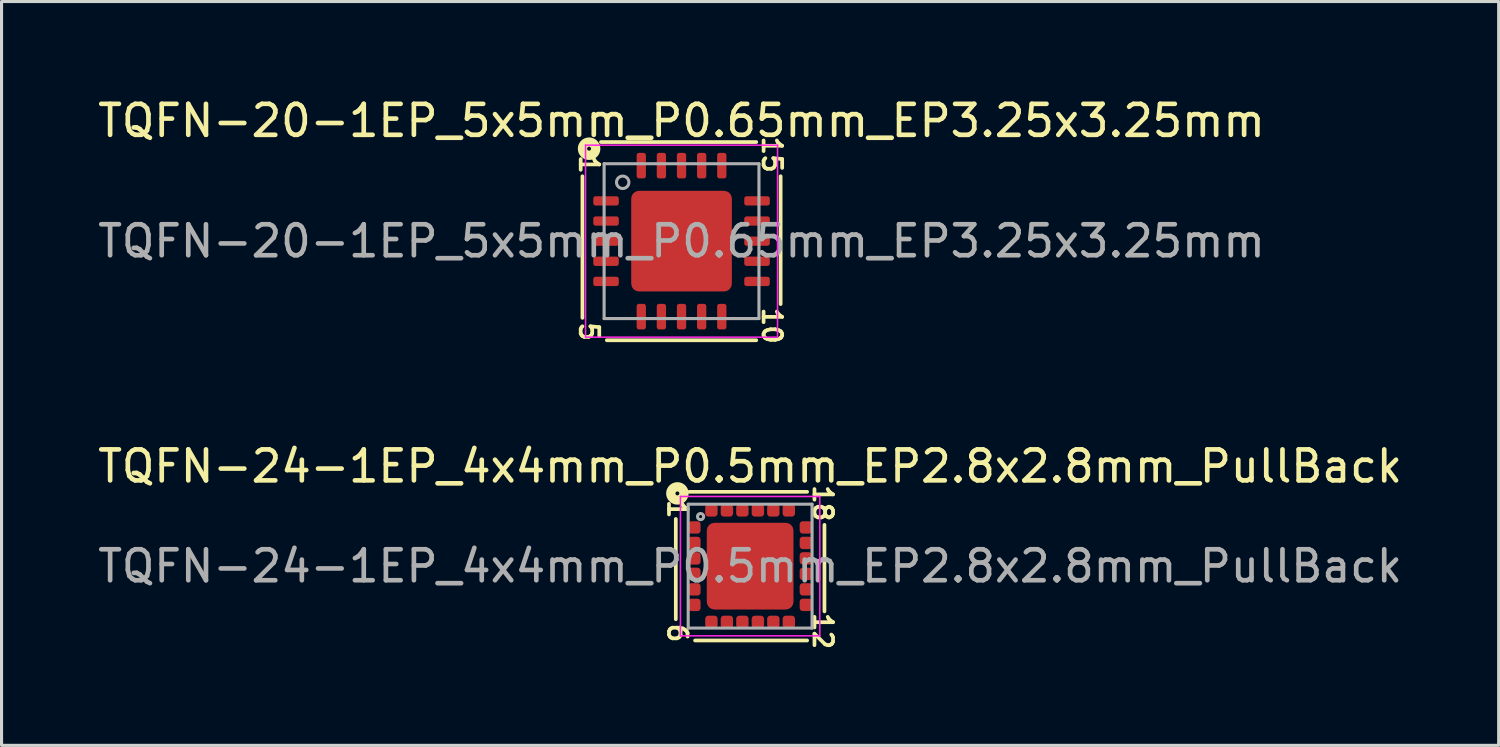
<source format=kicad_pcb>
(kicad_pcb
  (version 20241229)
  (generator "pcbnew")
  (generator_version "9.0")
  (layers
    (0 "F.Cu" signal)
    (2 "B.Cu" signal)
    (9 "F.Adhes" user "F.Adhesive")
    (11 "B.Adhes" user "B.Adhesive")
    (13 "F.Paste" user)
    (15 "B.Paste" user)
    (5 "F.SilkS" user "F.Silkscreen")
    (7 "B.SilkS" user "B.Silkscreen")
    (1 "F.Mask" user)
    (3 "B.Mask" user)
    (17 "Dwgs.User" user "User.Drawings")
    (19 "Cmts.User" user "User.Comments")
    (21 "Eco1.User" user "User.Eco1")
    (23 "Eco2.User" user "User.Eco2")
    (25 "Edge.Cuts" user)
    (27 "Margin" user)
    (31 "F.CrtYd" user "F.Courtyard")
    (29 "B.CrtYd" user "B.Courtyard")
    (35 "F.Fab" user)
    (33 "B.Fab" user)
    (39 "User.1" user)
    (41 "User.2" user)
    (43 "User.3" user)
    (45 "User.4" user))
  (footprint "TQFN-20-1EP_5x5mm_P0.65mm_EP3.25x3.25mm"
    (layer "F.Cu")
    (at 18.958 4.737)
    (property "Reference" "TQFN-20-1EP_5x5mm_P0.65mm_EP3.25x3.25mm" (at 0 -3.889 0) (layer "F.SilkS") (effects (font (size 1 1) (thickness 0.15))))
    (attr smd)
    (fp_line (start -3.2 -2.095) (end -3.2 2.477) (stroke (width 0.12) (type solid)) (layer "F.SilkS"))
    (fp_line (start -2.413 3.2) (end 2.413 3.2) (stroke (width 0.12) (type solid)) (layer "F.SilkS"))
    (fp_line (start 2.413 -3.2) (end -2.603 -3.2) (stroke (width 0.12) (type solid)) (layer "F.SilkS"))
    (fp_line (start 3.2 2.032) (end 3.2 -2.095) (stroke (width 0.12) (type solid)) (layer "F.SilkS"))
    (fp_circle (center -2.985 -2.985) (end -2.921 -2.985) (stroke (width 0.3) (type solid)) (fill no) (layer "F.SilkS"))
    (fp_line (start -3.1 -3.1) (end -3.1 3.1) (stroke (width 0.05) (type solid)) (layer "F.CrtYd"))
    (fp_line (start -3.1 3.1) (end 3.1 3.1) (stroke (width 0.05) (type solid)) (layer "F.CrtYd"))
    (fp_line (start 3.1 -3.1) (end -3.1 -3.1) (stroke (width 0.05) (type solid)) (layer "F.CrtYd"))
    (fp_line (start 3.1 3.1) (end 3.1 -3.1) (stroke (width 0.05) (type solid)) (layer "F.CrtYd"))
    (fp_line (start -2.5 -2.5) (end 2.5 -2.5) (stroke (width 0.1) (type solid)) (layer "F.Fab"))
    (fp_line (start -2.5 2.5) (end -2.5 -2.5) (stroke (width 0.1) (type solid)) (layer "F.Fab"))
    (fp_line (start 2.5 -2.5) (end 2.5 2.5) (stroke (width 0.1) (type solid)) (layer "F.Fab"))
    (fp_line (start 2.5 2.5) (end -2.5 2.5) (stroke (width 0.1) (type solid)) (layer "F.Fab"))
    (fp_circle (center -1.9 -1.9) (end -1.7 -1.9) (stroke (width 0.1) (type solid)) (fill no) (layer "F.Fab"))
    (fp_text user "1" (at -2.985 -2.477 270) (unlocked yes) (layer "F.SilkS") (effects (font (size 0.6 0.6) (thickness 0.12))))
    (fp_text user "10" (at 2.921 2.731 270) (unlocked yes) (layer "F.SilkS") (effects (font (size 0.6 0.6) (thickness 0.12))))
    (fp_text user "15" (at 2.921 -2.794 270) (unlocked yes) (layer "F.SilkS") (effects (font (size 0.6 0.6) (thickness 0.12))))
    (fp_text user "5" (at -2.985 2.921 270) (unlocked yes) (layer "F.SilkS") (effects (font (size 0.6 0.6) (thickness 0.12))))
    (fp_text user "${REFERENCE}" (at 0 0 0) (layer "F.Fab") (effects (font (size 1 1) (thickness 0.15))))
    (pad "" smd roundrect (at -0.81 -0.81) (size 1.31 1.31) (layers "F.Paste") (roundrect_rratio 0.191))
    (pad "" smd roundrect (at -0.81 0.81) (size 1.31 1.31) (layers "F.Paste") (roundrect_rratio 0.191))
    (pad "" smd roundrect (at 0.81 -0.81) (size 1.31 1.31) (layers "F.Paste") (roundrect_rratio 0.191))
    (pad "" smd roundrect (at 0.81 0.81) (size 1.31 1.31) (layers "F.Paste") (roundrect_rratio 0.191))
    (pad "1" smd roundrect (at -2.438 -1.3) (size 0.825 0.3) (layers "F.Cu" "F.Mask" "F.Paste") (roundrect_rratio 0.25))
    (pad "2" smd roundrect (at -2.438 -0.65) (size 0.825 0.3) (layers "F.Cu" "F.Mask" "F.Paste") (roundrect_rratio 0.25))
    (pad "3" smd roundrect (at -2.438 0) (size 0.825 0.3) (layers "F.Cu" "F.Mask" "F.Paste") (roundrect_rratio 0.25))
    (pad "4" smd roundrect (at -2.438 0.65) (size 0.825 0.3) (layers "F.Cu" "F.Mask" "F.Paste") (roundrect_rratio 0.25))
    (pad "5" smd roundrect (at -2.438 1.3) (size 0.825 0.3) (layers "F.Cu" "F.Mask" "F.Paste") (roundrect_rratio 0.25))
    (pad "6" smd roundrect (at -1.3 2.438) (size 0.3 0.825) (layers "F.Cu" "F.Mask" "F.Paste") (roundrect_rratio 0.25))
    (pad "7" smd roundrect (at -0.65 2.438) (size 0.3 0.825) (layers "F.Cu" "F.Mask" "F.Paste") (roundrect_rratio 0.25))
    (pad "8" smd roundrect (at 0 2.438) (size 0.3 0.825) (layers "F.Cu" "F.Mask" "F.Paste") (roundrect_rratio 0.25))
    (pad "9" smd roundrect (at 0.65 2.438) (size 0.3 0.825) (layers "F.Cu" "F.Mask" "F.Paste") (roundrect_rratio 0.25))
    (pad "10" smd roundrect (at 1.3 2.438) (size 0.3 0.825) (layers "F.Cu" "F.Mask" "F.Paste") (roundrect_rratio 0.25))
    (pad "11" smd roundrect (at 2.438 1.3) (size 0.825 0.3) (layers "F.Cu" "F.Mask" "F.Paste") (roundrect_rratio 0.25))
    (pad "12" smd roundrect (at 2.438 0.65) (size 0.825 0.3) (layers "F.Cu" "F.Mask" "F.Paste") (roundrect_rratio 0.25))
    (pad "13" smd roundrect (at 2.438 0) (size 0.825 0.3) (layers "F.Cu" "F.Mask" "F.Paste") (roundrect_rratio 0.25))
    (pad "14" smd roundrect (at 2.438 -0.65) (size 0.825 0.3) (layers "F.Cu" "F.Mask" "F.Paste") (roundrect_rratio 0.25))
    (pad "15" smd roundrect (at 2.438 -1.3) (size 0.825 0.3) (layers "F.Cu" "F.Mask" "F.Paste") (roundrect_rratio 0.25))
    (pad "16" smd roundrect (at 1.3 -2.438) (size 0.3 0.825) (layers "F.Cu" "F.Mask" "F.Paste") (roundrect_rratio 0.25))
    (pad "17" smd roundrect (at 0.65 -2.438) (size 0.3 0.825) (layers "F.Cu" "F.Mask" "F.Paste") (roundrect_rratio 0.25))
    (pad "18" smd roundrect (at 0 -2.438) (size 0.3 0.825) (layers "F.Cu" "F.Mask" "F.Paste") (roundrect_rratio 0.25))
    (pad "19" smd roundrect (at -0.65 -2.438) (size 0.3 0.825) (layers "F.Cu" "F.Mask" "F.Paste") (roundrect_rratio 0.25))
    (pad "20" smd roundrect (at -1.3 -2.438) (size 0.3 0.825) (layers "F.Cu" "F.Mask" "F.Paste") (roundrect_rratio 0.25))
    (pad "21" smd roundrect (at 0 0) (size 3.25 3.25) (layers "F.Cu" "F.Mask") (roundrect_rratio 0.077)))
  (footprint "TQFN-24-1EP_4x4mm_P0.5mm_EP2.8x2.8mm_PullBack"
    (layer "F.Cu")
    (at 21.173 15.232)
    (property "Reference" "TQFN-24-1EP_4x4mm_P0.5mm_EP2.8x2.8mm_PullBack" (at 0 -3.225 0) (layer "F.SilkS") (effects (font (size 1 1) (thickness 0.15))))
    (attr smd)
    (fp_line (start -2.4 -1.524) (end -2.4 1.714) (stroke (width 0.12) (type solid)) (layer "F.SilkS"))
    (fp_line (start -1.778 2.4) (end 1.841 2.4) (stroke (width 0.12) (type solid)) (layer "F.SilkS"))
    (fp_line (start 1.841 -2.4) (end -1.968 -2.4) (stroke (width 0.12) (type solid)) (layer "F.SilkS"))
    (fp_line (start 2.4 1.46) (end 2.4 -1.333) (stroke (width 0.12) (type solid)) (layer "F.SilkS"))
    (fp_circle (center -2.349 -2.349) (end -2.286 -2.349) (stroke (width 0.3) (type solid)) (fill no) (layer "F.SilkS"))
    (fp_line (start -2.25 -2.25) (end -2.25 2.25) (stroke (width 0.05) (type solid)) (layer "F.CrtYd"))
    (fp_line (start -2.25 2.25) (end 2.25 2.25) (stroke (width 0.05) (type solid)) (layer "F.CrtYd"))
    (fp_line (start 2.25 -2.25) (end -2.25 -2.25) (stroke (width 0.05) (type solid)) (layer "F.CrtYd"))
    (fp_line (start 2.25 2.25) (end 2.25 -2.25) (stroke (width 0.05) (type solid)) (layer "F.CrtYd"))
    (fp_line (start -2 -2) (end 2 -2) (stroke (width 0.1) (type solid)) (layer "F.Fab"))
    (fp_line (start -2 2) (end -2 -2) (stroke (width 0.1) (type solid)) (layer "F.Fab"))
    (fp_line (start 2 -2) (end 2 2) (stroke (width 0.1) (type solid)) (layer "F.Fab"))
    (fp_line (start 2 2) (end -2 2) (stroke (width 0.1) (type solid)) (layer "F.Fab"))
    (fp_circle (center -1.6 -1.6) (end -1.5 -1.6) (stroke (width 0.1) (type solid)) (fill no) (layer "F.Fab"))
    (fp_text user "18" (at 2.349 -2.032 270) (unlocked yes) (layer "F.SilkS") (effects (font (size 0.6 0.6) (thickness 0.12))))
    (fp_text user "6" (at -2.349 2.159 270) (unlocked yes) (layer "F.SilkS") (effects (font (size 0.6 0.6) (thickness 0.12))))
    (fp_text user "1" (at -2.349 -1.841 270) (unlocked yes) (layer "F.SilkS") (effects (font (size 0.6 0.6) (thickness 0.12))))
    (fp_text user "12" (at 2.349 2.095 270) (unlocked yes) (layer "F.SilkS") (effects (font (size 0.6 0.6) (thickness 0.12))))
    (fp_text user "${REFERENCE}" (at 0 0 0) (layer "F.Fab") (effects (font (size 1 1) (thickness 0.15))))
    (pad "" smd roundrect (at -0.7 -0.7) (size 1.13 1.13) (layers "F.Paste") (roundrect_rratio 0.221))
    (pad "" smd roundrect (at -0.7 0.7) (size 1.13 1.13) (layers "F.Paste") (roundrect_rratio 0.221))
    (pad "" smd roundrect (at 0.7 -0.7) (size 1.13 1.13) (layers "F.Paste") (roundrect_rratio 0.221))
    (pad "" smd roundrect (at 0.7 0.7) (size 1.13 1.13) (layers "F.Paste") (roundrect_rratio 0.221))
    (pad "1" smd roundrect (at -1.8 -1.25) (size 0.4 0.4) (layers "F.Cu" "F.Mask" "F.Paste") (roundrect_rratio 0.25))
    (pad "2" smd roundrect (at -1.8 -0.75) (size 0.4 0.4) (layers "F.Cu" "F.Mask" "F.Paste") (roundrect_rratio 0.25))
    (pad "3" smd roundrect (at -1.8 -0.25) (size 0.4 0.4) (layers "F.Cu" "F.Mask" "F.Paste") (roundrect_rratio 0.25))
    (pad "4" smd roundrect (at -1.8 0.25) (size 0.4 0.4) (layers "F.Cu" "F.Mask" "F.Paste") (roundrect_rratio 0.25))
    (pad "5" smd roundrect (at -1.8 0.75) (size 0.4 0.4) (layers "F.Cu" "F.Mask" "F.Paste") (roundrect_rratio 0.25))
    (pad "6" smd roundrect (at -1.8 1.25) (size 0.4 0.4) (layers "F.Cu" "F.Mask" "F.Paste") (roundrect_rratio 0.25))
    (pad "7" smd roundrect (at -1.25 1.8) (size 0.4 0.4) (layers "F.Cu" "F.Mask" "F.Paste") (roundrect_rratio 0.25))
    (pad "8" smd roundrect (at -0.75 1.8) (size 0.4 0.4) (layers "F.Cu" "F.Mask" "F.Paste") (roundrect_rratio 0.25))
    (pad "9" smd roundrect (at -0.25 1.8) (size 0.4 0.4) (layers "F.Cu" "F.Mask" "F.Paste") (roundrect_rratio 0.25))
    (pad "10" smd roundrect (at 0.25 1.8) (size 0.4 0.4) (layers "F.Cu" "F.Mask" "F.Paste") (roundrect_rratio 0.25))
    (pad "11" smd roundrect (at 0.75 1.8) (size 0.4 0.4) (layers "F.Cu" "F.Mask" "F.Paste") (roundrect_rratio 0.25))
    (pad "12" smd roundrect (at 1.25 1.8) (size 0.4 0.4) (layers "F.Cu" "F.Mask" "F.Paste") (roundrect_rratio 0.25))
    (pad "13" smd roundrect (at 1.8 1.25) (size 0.4 0.4) (layers "F.Cu" "F.Mask" "F.Paste") (roundrect_rratio 0.25))
    (pad "14" smd roundrect (at 1.8 0.75) (size 0.4 0.4) (layers "F.Cu" "F.Mask" "F.Paste") (roundrect_rratio 0.25))
    (pad "15" smd roundrect (at 1.8 0.25) (size 0.4 0.4) (layers "F.Cu" "F.Mask" "F.Paste") (roundrect_rratio 0.25))
    (pad "16" smd roundrect (at 1.8 -0.25) (size 0.4 0.4) (layers "F.Cu" "F.Mask" "F.Paste") (roundrect_rratio 0.25))
    (pad "17" smd roundrect (at 1.8 -0.75) (size 0.4 0.4) (layers "F.Cu" "F.Mask" "F.Paste") (roundrect_rratio 0.25))
    (pad "18" smd roundrect (at 1.8 -1.25) (size 0.4 0.4) (layers "F.Cu" "F.Mask" "F.Paste") (roundrect_rratio 0.25))
    (pad "19" smd roundrect (at 1.25 -1.8) (size 0.4 0.4) (layers "F.Cu" "F.Mask" "F.Paste") (roundrect_rratio 0.25))
    (pad "20" smd roundrect (at 0.75 -1.8) (size 0.4 0.4) (layers "F.Cu" "F.Mask" "F.Paste") (roundrect_rratio 0.25))
    (pad "21" smd roundrect (at 0.25 -1.8) (size 0.4 0.4) (layers "F.Cu" "F.Mask" "F.Paste") (roundrect_rratio 0.25))
    (pad "22" smd roundrect (at -0.25 -1.8) (size 0.4 0.4) (layers "F.Cu" "F.Mask" "F.Paste") (roundrect_rratio 0.25))
    (pad "23" smd roundrect (at -0.75 -1.8) (size 0.4 0.4) (layers "F.Cu" "F.Mask" "F.Paste") (roundrect_rratio 0.25))
    (pad "24" smd roundrect (at -1.25 -1.8) (size 0.4 0.4) (layers "F.Cu" "F.Mask" "F.Paste") (roundrect_rratio 0.25))
    (pad "25" smd roundrect (at 0 0) (size 2.8 2.8) (layers "F.Cu" "F.Mask") (roundrect_rratio 0.089)))
  (gr_rect
    (start -3 -3)
    (end 45.345 21.019)
    (stroke (width 0.1) (type default))
    (fill no)
    (layer "Edge.Cuts")))
</source>
